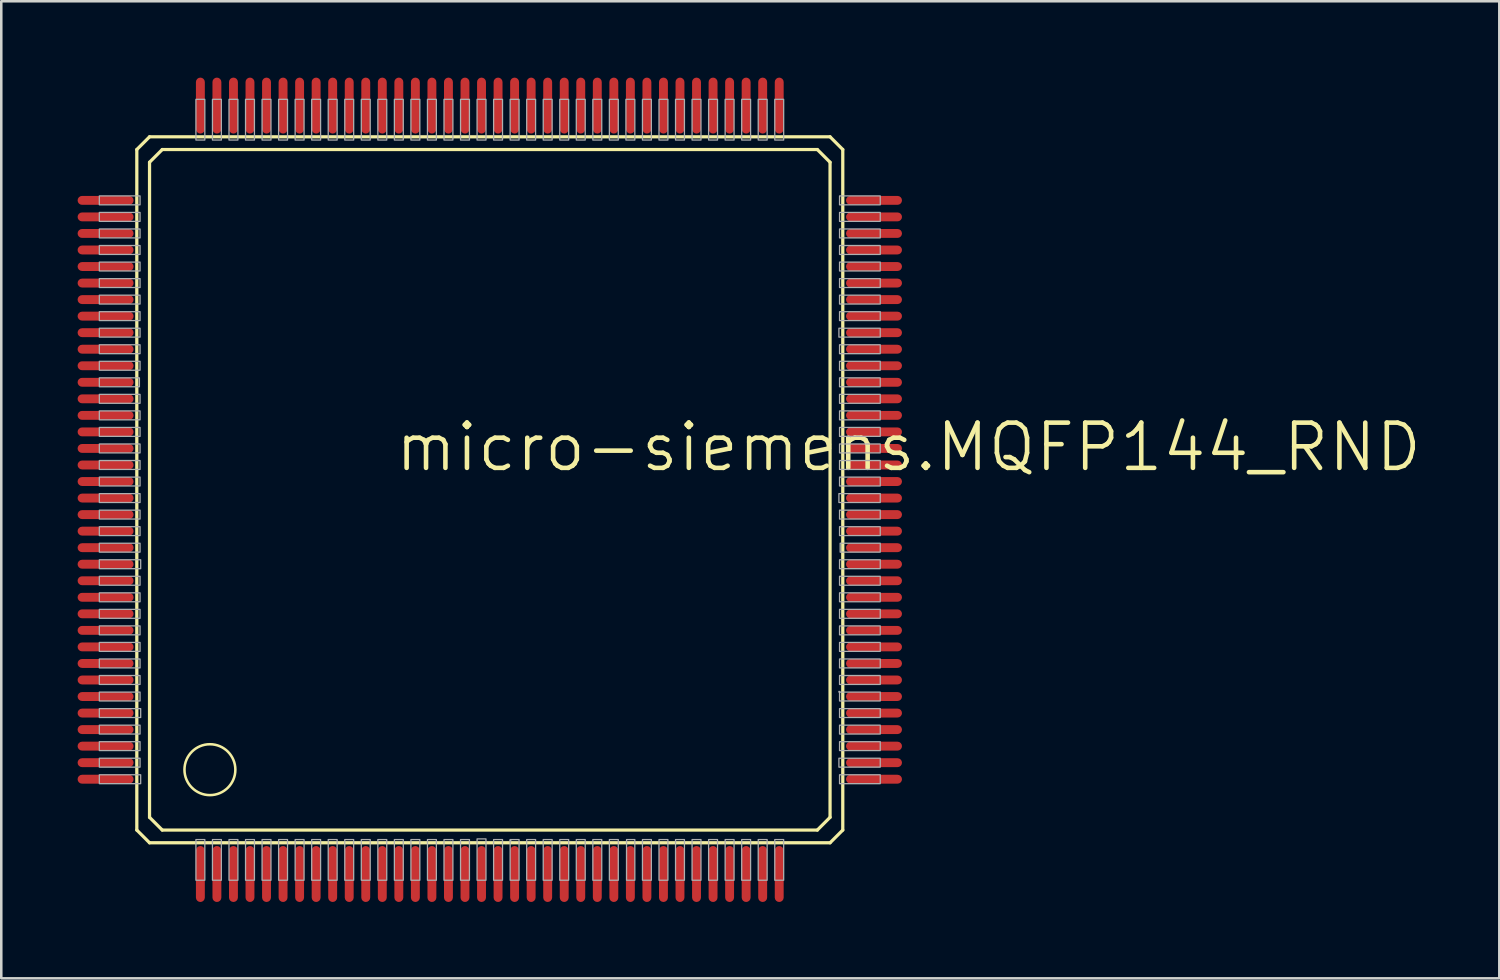
<source format=kicad_pcb>
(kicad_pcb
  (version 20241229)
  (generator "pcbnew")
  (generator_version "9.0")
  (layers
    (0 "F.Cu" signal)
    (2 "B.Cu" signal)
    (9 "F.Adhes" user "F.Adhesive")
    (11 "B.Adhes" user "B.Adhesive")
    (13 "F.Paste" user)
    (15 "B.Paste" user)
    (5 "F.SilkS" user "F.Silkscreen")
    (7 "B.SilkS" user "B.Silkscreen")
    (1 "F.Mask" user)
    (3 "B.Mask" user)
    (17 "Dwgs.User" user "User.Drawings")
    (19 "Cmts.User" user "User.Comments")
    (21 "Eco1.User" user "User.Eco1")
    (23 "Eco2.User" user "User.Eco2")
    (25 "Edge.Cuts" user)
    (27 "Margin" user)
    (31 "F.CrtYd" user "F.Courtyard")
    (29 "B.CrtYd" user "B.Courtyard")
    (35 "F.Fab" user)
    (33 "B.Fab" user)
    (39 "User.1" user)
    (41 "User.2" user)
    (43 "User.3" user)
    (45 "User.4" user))
  (footprint "micro-siemens.MQFP144_RND"
    (layer "F.Cu")
    (at 16.2 16.2)
    (property "Reference" "micro-siemens.MQFP144_RND" (at -3.81 -0.635 0) (layer "F.SilkS") (effects (font (size 1.778 1.778) (thickness 0.18)) (justify left bottom)))
    (attr smd)
    (fp_line (start -13.873 -13.373) (end -13.873 13.373) (stroke (width 0.127) (type default)) (layer "F.SilkS"))
    (fp_line (start -13.873 13.373) (end -13.373 13.873) (stroke (width 0.127) (type default)) (layer "F.SilkS"))
    (fp_line (start -13.373 -13.873) (end -13.873 -13.373) (stroke (width 0.127) (type default)) (layer "F.SilkS"))
    (fp_line (start -13.373 -12.873) (end -12.873 -13.373) (stroke (width 0.127) (type default)) (layer "F.SilkS"))
    (fp_line (start -13.373 12.873) (end -13.373 -12.873) (stroke (width 0.127) (type default)) (layer "F.SilkS"))
    (fp_line (start -13.373 13.873) (end 13.373 13.873) (stroke (width 0.127) (type default)) (layer "F.SilkS"))
    (fp_line (start -12.873 -13.373) (end 12.873 -13.373) (stroke (width 0.127) (type default)) (layer "F.SilkS"))
    (fp_line (start -12.873 13.373) (end -13.373 12.873) (stroke (width 0.127) (type default)) (layer "F.SilkS"))
    (fp_line (start 12.873 -13.373) (end 13.373 -12.873) (stroke (width 0.127) (type default)) (layer "F.SilkS"))
    (fp_line (start 12.873 13.373) (end -12.873 13.373) (stroke (width 0.127) (type default)) (layer "F.SilkS"))
    (fp_line (start 13.373 -13.873) (end -13.373 -13.873) (stroke (width 0.127) (type default)) (layer "F.SilkS"))
    (fp_line (start 13.373 -12.873) (end 13.373 12.873) (stroke (width 0.127) (type default)) (layer "F.SilkS"))
    (fp_line (start 13.373 12.873) (end 12.873 13.373) (stroke (width 0.127) (type default)) (layer "F.SilkS"))
    (fp_line (start 13.373 13.873) (end 13.873 13.373) (stroke (width 0.127) (type default)) (layer "F.SilkS"))
    (fp_line (start 13.873 -13.373) (end 13.373 -13.873) (stroke (width 0.127) (type default)) (layer "F.SilkS"))
    (fp_line (start 13.873 13.373) (end 13.873 -13.373) (stroke (width 0.127) (type default)) (layer "F.SilkS"))
    (fp_circle (center -11 11) (end -10 11) (stroke (width 0.1) (type default)) (fill no) (layer "F.SilkS"))
    (fp_rect (start -15.346 -11.2) (end -13.746 -11.55) (stroke (width 0.05) (type default)) (fill no) (layer "F.Fab"))
    (fp_rect (start -15.346 -10.55) (end -13.746 -10.9) (stroke (width 0.05) (type default)) (fill no) (layer "F.Fab"))
    (fp_rect (start -15.346 -9.9) (end -13.746 -10.25) (stroke (width 0.05) (type default)) (fill no) (layer "F.Fab"))
    (fp_rect (start -15.346 -9.25) (end -13.746 -9.6) (stroke (width 0.05) (type default)) (fill no) (layer "F.Fab"))
    (fp_rect (start -15.346 -8.6) (end -13.746 -8.95) (stroke (width 0.05) (type default)) (fill no) (layer "F.Fab"))
    (fp_rect (start -15.346 -7.95) (end -13.746 -8.3) (stroke (width 0.05) (type default)) (fill no) (layer "F.Fab"))
    (fp_rect (start -15.346 -7.3) (end -13.746 -7.65) (stroke (width 0.05) (type default)) (fill no) (layer "F.Fab"))
    (fp_rect (start -15.346 -6.65) (end -13.746 -7) (stroke (width 0.05) (type default)) (fill no) (layer "F.Fab"))
    (fp_rect (start -15.346 -6) (end -13.746 -6.35) (stroke (width 0.05) (type default)) (fill no) (layer "F.Fab"))
    (fp_rect (start -15.346 -5.35) (end -13.746 -5.7) (stroke (width 0.05) (type default)) (fill no) (layer "F.Fab"))
    (fp_rect (start -15.346 -4.7) (end -13.746 -5.05) (stroke (width 0.05) (type default)) (fill no) (layer "F.Fab"))
    (fp_rect (start -15.346 -4.05) (end -13.771 -4.4) (stroke (width 0.05) (type default)) (fill no) (layer "F.Fab"))
    (fp_rect (start -15.346 -3.4) (end -13.746 -3.75) (stroke (width 0.05) (type default)) (fill no) (layer "F.Fab"))
    (fp_rect (start -15.346 -2.75) (end -13.746 -3.1) (stroke (width 0.05) (type default)) (fill no) (layer "F.Fab"))
    (fp_rect (start -15.346 -2.1) (end -13.746 -2.45) (stroke (width 0.05) (type default)) (fill no) (layer "F.Fab"))
    (fp_rect (start -15.346 -1.45) (end -13.746 -1.8) (stroke (width 0.05) (type default)) (fill no) (layer "F.Fab"))
    (fp_rect (start -15.346 -0.8) (end -13.746 -1.15) (stroke (width 0.05) (type default)) (fill no) (layer "F.Fab"))
    (fp_rect (start -15.346 -0.15) (end -13.746 -0.5) (stroke (width 0.05) (type default)) (fill no) (layer "F.Fab"))
    (fp_rect (start -15.346 0.5) (end -13.746 0.15) (stroke (width 0.05) (type default)) (fill no) (layer "F.Fab"))
    (fp_rect (start -15.346 1.15) (end -13.746 0.8) (stroke (width 0.05) (type default)) (fill no) (layer "F.Fab"))
    (fp_rect (start -15.346 1.8) (end -13.746 1.45) (stroke (width 0.05) (type default)) (fill no) (layer "F.Fab"))
    (fp_rect (start -15.346 2.45) (end -13.746 2.1) (stroke (width 0.05) (type default)) (fill no) (layer "F.Fab"))
    (fp_rect (start -15.346 3.1) (end -13.721 2.75) (stroke (width 0.05) (type default)) (fill no) (layer "F.Fab"))
    (fp_rect (start -15.346 3.75) (end -13.746 3.4) (stroke (width 0.05) (type default)) (fill no) (layer "F.Fab"))
    (fp_rect (start -15.346 4.4) (end -13.746 4.05) (stroke (width 0.05) (type default)) (fill no) (layer "F.Fab"))
    (fp_rect (start -15.346 5.05) (end -13.746 4.7) (stroke (width 0.05) (type default)) (fill no) (layer "F.Fab"))
    (fp_rect (start -15.346 5.7) (end -13.746 5.35) (stroke (width 0.05) (type default)) (fill no) (layer "F.Fab"))
    (fp_rect (start -15.346 6.35) (end -13.746 6) (stroke (width 0.05) (type default)) (fill no) (layer "F.Fab"))
    (fp_rect (start -15.346 7) (end -13.746 6.65) (stroke (width 0.05) (type default)) (fill no) (layer "F.Fab"))
    (fp_rect (start -15.346 7.65) (end -13.746 7.3) (stroke (width 0.05) (type default)) (fill no) (layer "F.Fab"))
    (fp_rect (start -15.346 8.3) (end -13.746 7.95) (stroke (width 0.05) (type default)) (fill no) (layer "F.Fab"))
    (fp_rect (start -15.346 8.95) (end -13.721 8.6) (stroke (width 0.05) (type default)) (fill no) (layer "F.Fab"))
    (fp_rect (start -15.346 9.6) (end -13.746 9.25) (stroke (width 0.05) (type default)) (fill no) (layer "F.Fab"))
    (fp_rect (start -15.346 10.25) (end -13.746 9.9) (stroke (width 0.05) (type default)) (fill no) (layer "F.Fab"))
    (fp_rect (start -15.346 10.9) (end -13.746 10.55) (stroke (width 0.05) (type default)) (fill no) (layer "F.Fab"))
    (fp_rect (start -15.346 11.55) (end -13.721 11.2) (stroke (width 0.05) (type default)) (fill no) (layer "F.Fab"))
    (fp_rect (start -11.55 -13.746) (end -11.2 -15.346) (stroke (width 0.05) (type default)) (fill no) (layer "F.Fab"))
    (fp_rect (start -11.55 15.346) (end -11.2 13.746) (stroke (width 0.05) (type default)) (fill no) (layer "F.Fab"))
    (fp_rect (start -10.9 -13.746) (end -10.55 -15.346) (stroke (width 0.05) (type default)) (fill no) (layer "F.Fab"))
    (fp_rect (start -10.9 15.346) (end -10.55 13.746) (stroke (width 0.05) (type default)) (fill no) (layer "F.Fab"))
    (fp_rect (start -10.25 -13.746) (end -9.9 -15.346) (stroke (width 0.05) (type default)) (fill no) (layer "F.Fab"))
    (fp_rect (start -10.25 15.346) (end -9.9 13.746) (stroke (width 0.05) (type default)) (fill no) (layer "F.Fab"))
    (fp_rect (start -9.6 -13.746) (end -9.25 -15.346) (stroke (width 0.05) (type default)) (fill no) (layer "F.Fab"))
    (fp_rect (start -9.6 15.346) (end -9.25 13.746) (stroke (width 0.05) (type default)) (fill no) (layer "F.Fab"))
    (fp_rect (start -8.95 -13.746) (end -8.6 -15.346) (stroke (width 0.05) (type default)) (fill no) (layer "F.Fab"))
    (fp_rect (start -8.95 15.346) (end -8.6 13.746) (stroke (width 0.05) (type default)) (fill no) (layer "F.Fab"))
    (fp_rect (start -8.3 -13.746) (end -7.95 -15.346) (stroke (width 0.05) (type default)) (fill no) (layer "F.Fab"))
    (fp_rect (start -8.3 15.346) (end -7.95 13.746) (stroke (width 0.05) (type default)) (fill no) (layer "F.Fab"))
    (fp_rect (start -7.65 -13.746) (end -7.3 -15.346) (stroke (width 0.05) (type default)) (fill no) (layer "F.Fab"))
    (fp_rect (start -7.65 15.346) (end -7.3 13.746) (stroke (width 0.05) (type default)) (fill no) (layer "F.Fab"))
    (fp_rect (start -7 -13.746) (end -6.65 -15.346) (stroke (width 0.05) (type default)) (fill no) (layer "F.Fab"))
    (fp_rect (start -7 15.346) (end -6.65 13.746) (stroke (width 0.05) (type default)) (fill no) (layer "F.Fab"))
    (fp_rect (start -6.35 -13.746) (end -6 -15.346) (stroke (width 0.05) (type default)) (fill no) (layer "F.Fab"))
    (fp_rect (start -6.35 15.346) (end -6 13.746) (stroke (width 0.05) (type default)) (fill no) (layer "F.Fab"))
    (fp_rect (start -5.7 -13.746) (end -5.35 -15.346) (stroke (width 0.05) (type default)) (fill no) (layer "F.Fab"))
    (fp_rect (start -5.7 15.346) (end -5.35 13.746) (stroke (width 0.05) (type default)) (fill no) (layer "F.Fab"))
    (fp_rect (start -5.05 -13.746) (end -4.7 -15.346) (stroke (width 0.05) (type default)) (fill no) (layer "F.Fab"))
    (fp_rect (start -5.05 15.346) (end -4.7 13.746) (stroke (width 0.05) (type default)) (fill no) (layer "F.Fab"))
    (fp_rect (start -4.4 -13.746) (end -4.05 -15.346) (stroke (width 0.05) (type default)) (fill no) (layer "F.Fab"))
    (fp_rect (start -4.4 15.346) (end -4.05 13.746) (stroke (width 0.05) (type default)) (fill no) (layer "F.Fab"))
    (fp_rect (start -3.75 -13.746) (end -3.4 -15.346) (stroke (width 0.05) (type default)) (fill no) (layer "F.Fab"))
    (fp_rect (start -3.75 15.346) (end -3.4 13.746) (stroke (width 0.05) (type default)) (fill no) (layer "F.Fab"))
    (fp_rect (start -3.1 -13.746) (end -2.75 -15.346) (stroke (width 0.05) (type default)) (fill no) (layer "F.Fab"))
    (fp_rect (start -3.1 15.346) (end -2.75 13.746) (stroke (width 0.05) (type default)) (fill no) (layer "F.Fab"))
    (fp_rect (start -2.45 -13.746) (end -2.1 -15.346) (stroke (width 0.05) (type default)) (fill no) (layer "F.Fab"))
    (fp_rect (start -2.45 15.346) (end -2.1 13.746) (stroke (width 0.05) (type default)) (fill no) (layer "F.Fab"))
    (fp_rect (start -1.8 -13.746) (end -1.45 -15.346) (stroke (width 0.05) (type default)) (fill no) (layer "F.Fab"))
    (fp_rect (start -1.8 15.346) (end -1.45 13.746) (stroke (width 0.05) (type default)) (fill no) (layer "F.Fab"))
    (fp_rect (start -1.15 -13.746) (end -0.8 -15.346) (stroke (width 0.05) (type default)) (fill no) (layer "F.Fab"))
    (fp_rect (start -1.15 15.346) (end -0.8 13.746) (stroke (width 0.05) (type default)) (fill no) (layer "F.Fab"))
    (fp_rect (start -0.5 -13.746) (end -0.15 -15.346) (stroke (width 0.05) (type default)) (fill no) (layer "F.Fab"))
    (fp_rect (start -0.5 15.346) (end -0.15 13.721) (stroke (width 0.05) (type default)) (fill no) (layer "F.Fab"))
    (fp_rect (start 0.15 -13.746) (end 0.5 -15.346) (stroke (width 0.05) (type default)) (fill no) (layer "F.Fab"))
    (fp_rect (start 0.15 15.346) (end 0.5 13.746) (stroke (width 0.05) (type default)) (fill no) (layer "F.Fab"))
    (fp_rect (start 0.8 -13.746) (end 1.15 -15.346) (stroke (width 0.05) (type default)) (fill no) (layer "F.Fab"))
    (fp_rect (start 0.8 13.796) (end 0.825 13.771) (stroke (width 0.05) (type default)) (fill no) (layer "F.Fab"))
    (fp_rect (start 0.8 15.346) (end 1.15 13.746) (stroke (width 0.05) (type default)) (fill no) (layer "F.Fab"))
    (fp_rect (start 1.45 -13.746) (end 1.8 -15.346) (stroke (width 0.05) (type default)) (fill no) (layer "F.Fab"))
    (fp_rect (start 1.45 15.346) (end 1.8 13.746) (stroke (width 0.05) (type default)) (fill no) (layer "F.Fab"))
    (fp_rect (start 2.1 -13.746) (end 2.45 -15.346) (stroke (width 0.05) (type default)) (fill no) (layer "F.Fab"))
    (fp_rect (start 2.1 15.346) (end 2.45 13.746) (stroke (width 0.05) (type default)) (fill no) (layer "F.Fab"))
    (fp_rect (start 2.75 -13.746) (end 3.1 -15.346) (stroke (width 0.05) (type default)) (fill no) (layer "F.Fab"))
    (fp_rect (start 2.75 15.346) (end 3.1 13.746) (stroke (width 0.05) (type default)) (fill no) (layer "F.Fab"))
    (fp_rect (start 3.4 -13.746) (end 3.75 -15.346) (stroke (width 0.05) (type default)) (fill no) (layer "F.Fab"))
    (fp_rect (start 3.4 15.346) (end 3.75 13.746) (stroke (width 0.05) (type default)) (fill no) (layer "F.Fab"))
    (fp_rect (start 4.05 -13.746) (end 4.4 -15.346) (stroke (width 0.05) (type default)) (fill no) (layer "F.Fab"))
    (fp_rect (start 4.05 15.346) (end 4.4 13.746) (stroke (width 0.05) (type default)) (fill no) (layer "F.Fab"))
    (fp_rect (start 4.7 -13.746) (end 5.05 -15.346) (stroke (width 0.05) (type default)) (fill no) (layer "F.Fab"))
    (fp_rect (start 4.7 15.346) (end 5.05 13.746) (stroke (width 0.05) (type default)) (fill no) (layer "F.Fab"))
    (fp_rect (start 5.35 -13.746) (end 5.7 -15.346) (stroke (width 0.05) (type default)) (fill no) (layer "F.Fab"))
    (fp_rect (start 5.375 15.346) (end 5.7 13.746) (stroke (width 0.05) (type default)) (fill no) (layer "F.Fab"))
    (fp_rect (start 6 -13.746) (end 6.35 -15.346) (stroke (width 0.05) (type default)) (fill no) (layer "F.Fab"))
    (fp_rect (start 6 15.346) (end 6.35 13.746) (stroke (width 0.05) (type default)) (fill no) (layer "F.Fab"))
    (fp_rect (start 6.65 -13.746) (end 7 -15.346) (stroke (width 0.05) (type default)) (fill no) (layer "F.Fab"))
    (fp_rect (start 6.65 15.346) (end 7 13.746) (stroke (width 0.05) (type default)) (fill no) (layer "F.Fab"))
    (fp_rect (start 7.3 -13.746) (end 7.65 -15.346) (stroke (width 0.05) (type default)) (fill no) (layer "F.Fab"))
    (fp_rect (start 7.3 15.346) (end 7.65 13.746) (stroke (width 0.05) (type default)) (fill no) (layer "F.Fab"))
    (fp_rect (start 7.95 -13.746) (end 8.3 -15.346) (stroke (width 0.05) (type default)) (fill no) (layer "F.Fab"))
    (fp_rect (start 7.95 15.346) (end 8.3 13.746) (stroke (width 0.05) (type default)) (fill no) (layer "F.Fab"))
    (fp_rect (start 8.6 -13.746) (end 8.95 -15.346) (stroke (width 0.05) (type default)) (fill no) (layer "F.Fab"))
    (fp_rect (start 8.6 15.346) (end 8.95 13.746) (stroke (width 0.05) (type default)) (fill no) (layer "F.Fab"))
    (fp_rect (start 9.25 -13.746) (end 9.6 -15.346) (stroke (width 0.05) (type default)) (fill no) (layer "F.Fab"))
    (fp_rect (start 9.25 15.346) (end 9.6 13.746) (stroke (width 0.05) (type default)) (fill no) (layer "F.Fab"))
    (fp_rect (start 9.9 -13.746) (end 10.25 -15.346) (stroke (width 0.05) (type default)) (fill no) (layer "F.Fab"))
    (fp_rect (start 9.9 15.346) (end 10.25 13.746) (stroke (width 0.05) (type default)) (fill no) (layer "F.Fab"))
    (fp_rect (start 10.55 -13.746) (end 10.9 -15.346) (stroke (width 0.05) (type default)) (fill no) (layer "F.Fab"))
    (fp_rect (start 10.55 15.346) (end 10.9 13.746) (stroke (width 0.05) (type default)) (fill no) (layer "F.Fab"))
    (fp_rect (start 11.2 -13.746) (end 11.55 -15.346) (stroke (width 0.05) (type default)) (fill no) (layer "F.Fab"))
    (fp_rect (start 11.2 15.346) (end 11.55 13.746) (stroke (width 0.05) (type default)) (fill no) (layer "F.Fab"))
    (fp_rect (start 13.721 -6) (end 15.346 -6.35) (stroke (width 0.05) (type default)) (fill no) (layer "F.Fab"))
    (fp_rect (start 13.721 0.5) (end 15.346 0.15) (stroke (width 0.05) (type default)) (fill no) (layer "F.Fab"))
    (fp_rect (start 13.721 7.95) (end 13.746 7.925) (stroke (width 0.05) (type default)) (fill no) (layer "F.Fab"))
    (fp_rect (start 13.721 10.9) (end 15.346 10.55) (stroke (width 0.05) (type default)) (fill no) (layer "F.Fab"))
    (fp_rect (start 13.746 -11.2) (end 15.346 -11.55) (stroke (width 0.05) (type default)) (fill no) (layer "F.Fab"))
    (fp_rect (start 13.746 -10.55) (end 15.346 -10.9) (stroke (width 0.05) (type default)) (fill no) (layer "F.Fab"))
    (fp_rect (start 13.746 -9.9) (end 15.346 -10.25) (stroke (width 0.05) (type default)) (fill no) (layer "F.Fab"))
    (fp_rect (start 13.746 -9.25) (end 15.346 -9.6) (stroke (width 0.05) (type default)) (fill no) (layer "F.Fab"))
    (fp_rect (start 13.746 -8.6) (end 15.346 -8.95) (stroke (width 0.05) (type default)) (fill no) (layer "F.Fab"))
    (fp_rect (start 13.746 -7.95) (end 15.346 -8.3) (stroke (width 0.05) (type default)) (fill no) (layer "F.Fab"))
    (fp_rect (start 13.746 -7.3) (end 15.346 -7.65) (stroke (width 0.05) (type default)) (fill no) (layer "F.Fab"))
    (fp_rect (start 13.746 -6.65) (end 15.346 -7) (stroke (width 0.05) (type default)) (fill no) (layer "F.Fab"))
    (fp_rect (start 13.746 -5.35) (end 15.346 -5.7) (stroke (width 0.05) (type default)) (fill no) (layer "F.Fab"))
    (fp_rect (start 13.746 -4.7) (end 15.346 -5.05) (stroke (width 0.05) (type default)) (fill no) (layer "F.Fab"))
    (fp_rect (start 13.746 -4.05) (end 15.346 -4.4) (stroke (width 0.05) (type default)) (fill no) (layer "F.Fab"))
    (fp_rect (start 13.746 -3.4) (end 15.346 -3.75) (stroke (width 0.05) (type default)) (fill no) (layer "F.Fab"))
    (fp_rect (start 13.746 -2.75) (end 15.346 -3.1) (stroke (width 0.05) (type default)) (fill no) (layer "F.Fab"))
    (fp_rect (start 13.746 -2.1) (end 15.346 -2.45) (stroke (width 0.05) (type default)) (fill no) (layer "F.Fab"))
    (fp_rect (start 13.746 -1.45) (end 15.346 -1.8) (stroke (width 0.05) (type default)) (fill no) (layer "F.Fab"))
    (fp_rect (start 13.746 -0.8) (end 15.346 -1.15) (stroke (width 0.05) (type default)) (fill no) (layer "F.Fab"))
    (fp_rect (start 13.746 -0.15) (end 15.346 -0.5) (stroke (width 0.05) (type default)) (fill no) (layer "F.Fab"))
    (fp_rect (start 13.746 1.15) (end 15.346 0.8) (stroke (width 0.05) (type default)) (fill no) (layer "F.Fab"))
    (fp_rect (start 13.746 1.8) (end 15.346 1.45) (stroke (width 0.05) (type default)) (fill no) (layer "F.Fab"))
    (fp_rect (start 13.746 3.1) (end 15.346 2.75) (stroke (width 0.05) (type default)) (fill no) (layer "F.Fab"))
    (fp_rect (start 13.746 3.75) (end 15.346 3.4) (stroke (width 0.05) (type default)) (fill no) (layer "F.Fab"))
    (fp_rect (start 13.746 4.4) (end 15.346 4.05) (stroke (width 0.05) (type default)) (fill no) (layer "F.Fab"))
    (fp_rect (start 13.746 5.05) (end 15.346 4.7) (stroke (width 0.05) (type default)) (fill no) (layer "F.Fab"))
    (fp_rect (start 13.746 5.7) (end 15.346 5.35) (stroke (width 0.05) (type default)) (fill no) (layer "F.Fab"))
    (fp_rect (start 13.746 6.35) (end 15.346 6) (stroke (width 0.05) (type default)) (fill no) (layer "F.Fab"))
    (fp_rect (start 13.746 7) (end 15.346 6.65) (stroke (width 0.05) (type default)) (fill no) (layer "F.Fab"))
    (fp_rect (start 13.746 7.65) (end 15.346 7.3) (stroke (width 0.05) (type default)) (fill no) (layer "F.Fab"))
    (fp_rect (start 13.746 8.3) (end 15.346 7.95) (stroke (width 0.05) (type default)) (fill no) (layer "F.Fab"))
    (fp_rect (start 13.746 8.95) (end 15.346 8.6) (stroke (width 0.05) (type default)) (fill no) (layer "F.Fab"))
    (fp_rect (start 13.746 9.6) (end 15.346 9.25) (stroke (width 0.05) (type default)) (fill no) (layer "F.Fab"))
    (fp_rect (start 13.746 10.25) (end 15.346 9.9) (stroke (width 0.05) (type default)) (fill no) (layer "F.Fab"))
    (fp_rect (start 13.746 11.55) (end 15.346 11.2) (stroke (width 0.05) (type default)) (fill no) (layer "F.Fab"))
    (fp_rect (start 13.771 2.45) (end 15.346 2.1) (stroke (width 0.05) (type default)) (fill no) (layer "F.Fab"))
    (pad "1" smd roundrect (at -11.375 15.1) (size 0.35 2.2) (layers "F.Cu" "F.Mask" "F.Paste") (roundrect_rratio 0.5))
    (pad "2" smd roundrect (at -10.725 15.1) (size 0.35 2.2) (layers "F.Cu" "F.Mask" "F.Paste") (roundrect_rratio 0.5))
    (pad "3" smd roundrect (at -10.075 15.1) (size 0.35 2.2) (layers "F.Cu" "F.Mask" "F.Paste") (roundrect_rratio 0.5))
    (pad "4" smd roundrect (at -9.425 15.1) (size 0.35 2.2) (layers "F.Cu" "F.Mask" "F.Paste") (roundrect_rratio 0.5))
    (pad "5" smd roundrect (at -8.775 15.1) (size 0.35 2.2) (layers "F.Cu" "F.Mask" "F.Paste") (roundrect_rratio 0.5))
    (pad "6" smd roundrect (at -8.125 15.1) (size 0.35 2.2) (layers "F.Cu" "F.Mask" "F.Paste") (roundrect_rratio 0.5))
    (pad "7" smd roundrect (at -7.475 15.1) (size 0.35 2.2) (layers "F.Cu" "F.Mask" "F.Paste") (roundrect_rratio 0.5))
    (pad "8" smd roundrect (at -6.825 15.1) (size 0.35 2.2) (layers "F.Cu" "F.Mask" "F.Paste") (roundrect_rratio 0.5))
    (pad "9" smd roundrect (at -6.175 15.1) (size 0.35 2.2) (layers "F.Cu" "F.Mask" "F.Paste") (roundrect_rratio 0.5))
    (pad "10" smd roundrect (at -5.525 15.1) (size 0.35 2.2) (layers "F.Cu" "F.Mask" "F.Paste") (roundrect_rratio 0.5))
    (pad "11" smd roundrect (at -4.875 15.1) (size 0.35 2.2) (layers "F.Cu" "F.Mask" "F.Paste") (roundrect_rratio 0.5))
    (pad "12" smd roundrect (at -4.225 15.1) (size 0.35 2.2) (layers "F.Cu" "F.Mask" "F.Paste") (roundrect_rratio 0.5))
    (pad "13" smd roundrect (at -3.575 15.1) (size 0.35 2.2) (layers "F.Cu" "F.Mask" "F.Paste") (roundrect_rratio 0.5))
    (pad "14" smd roundrect (at -2.925 15.1) (size 0.35 2.2) (layers "F.Cu" "F.Mask" "F.Paste") (roundrect_rratio 0.5))
    (pad "15" smd roundrect (at -2.275 15.1) (size 0.35 2.2) (layers "F.Cu" "F.Mask" "F.Paste") (roundrect_rratio 0.5))
    (pad "16" smd roundrect (at -1.625 15.1) (size 0.35 2.2) (layers "F.Cu" "F.Mask" "F.Paste") (roundrect_rratio 0.5))
    (pad "17" smd roundrect (at -0.975 15.1) (size 0.35 2.2) (layers "F.Cu" "F.Mask" "F.Paste") (roundrect_rratio 0.5))
    (pad "18" smd roundrect (at -0.325 15.1) (size 0.35 2.2) (layers "F.Cu" "F.Mask" "F.Paste") (roundrect_rratio 0.5))
    (pad "19" smd roundrect (at 0.325 15.1) (size 0.35 2.2) (layers "F.Cu" "F.Mask" "F.Paste") (roundrect_rratio 0.5))
    (pad "20" smd roundrect (at 0.975 15.1) (size 0.35 2.2) (layers "F.Cu" "F.Mask" "F.Paste") (roundrect_rratio 0.5))
    (pad "21" smd roundrect (at 1.625 15.1) (size 0.35 2.2) (layers "F.Cu" "F.Mask" "F.Paste") (roundrect_rratio 0.5))
    (pad "22" smd roundrect (at 2.275 15.1) (size 0.35 2.2) (layers "F.Cu" "F.Mask" "F.Paste") (roundrect_rratio 0.5))
    (pad "23" smd roundrect (at 2.925 15.1) (size 0.35 2.2) (layers "F.Cu" "F.Mask" "F.Paste") (roundrect_rratio 0.5))
    (pad "24" smd roundrect (at 3.575 15.1) (size 0.35 2.2) (layers "F.Cu" "F.Mask" "F.Paste") (roundrect_rratio 0.5))
    (pad "25" smd roundrect (at 4.225 15.1) (size 0.35 2.2) (layers "F.Cu" "F.Mask" "F.Paste") (roundrect_rratio 0.5))
    (pad "26" smd roundrect (at 4.875 15.1) (size 0.35 2.2) (layers "F.Cu" "F.Mask" "F.Paste") (roundrect_rratio 0.5))
    (pad "27" smd roundrect (at 5.525 15.1) (size 0.35 2.2) (layers "F.Cu" "F.Mask" "F.Paste") (roundrect_rratio 0.5))
    (pad "28" smd roundrect (at 6.175 15.1) (size 0.35 2.2) (layers "F.Cu" "F.Mask" "F.Paste") (roundrect_rratio 0.5))
    (pad "29" smd roundrect (at 6.825 15.1) (size 0.35 2.2) (layers "F.Cu" "F.Mask" "F.Paste") (roundrect_rratio 0.5))
    (pad "30" smd roundrect (at 7.475 15.1) (size 0.35 2.2) (layers "F.Cu" "F.Mask" "F.Paste") (roundrect_rratio 0.5))
    (pad "31" smd roundrect (at 8.125 15.1) (size 0.35 2.2) (layers "F.Cu" "F.Mask" "F.Paste") (roundrect_rratio 0.5))
    (pad "32" smd roundrect (at 8.775 15.1) (size 0.35 2.2) (layers "F.Cu" "F.Mask" "F.Paste") (roundrect_rratio 0.5))
    (pad "33" smd roundrect (at 9.425 15.1) (size 0.35 2.2) (layers "F.Cu" "F.Mask" "F.Paste") (roundrect_rratio 0.5))
    (pad "34" smd roundrect (at 10.075 15.1) (size 0.35 2.2) (layers "F.Cu" "F.Mask" "F.Paste") (roundrect_rratio 0.5))
    (pad "35" smd roundrect (at 10.725 15.1) (size 0.35 2.2) (layers "F.Cu" "F.Mask" "F.Paste") (roundrect_rratio 0.5))
    (pad "36" smd roundrect (at 11.375 15.1) (size 0.35 2.2) (layers "F.Cu" "F.Mask" "F.Paste") (roundrect_rratio 0.5))
    (pad "37" smd roundrect (at 15.1 11.375) (size 2.2 0.35) (layers "F.Cu" "F.Mask" "F.Paste") (roundrect_rratio 0.5))
    (pad "38" smd roundrect (at 15.1 10.725) (size 2.2 0.35) (layers "F.Cu" "F.Mask" "F.Paste") (roundrect_rratio 0.5))
    (pad "39" smd roundrect (at 15.1 10.075) (size 2.2 0.35) (layers "F.Cu" "F.Mask" "F.Paste") (roundrect_rratio 0.5))
    (pad "40" smd roundrect (at 15.1 9.425) (size 2.2 0.35) (layers "F.Cu" "F.Mask" "F.Paste") (roundrect_rratio 0.5))
    (pad "41" smd roundrect (at 15.1 8.775) (size 2.2 0.35) (layers "F.Cu" "F.Mask" "F.Paste") (roundrect_rratio 0.5))
    (pad "42" smd roundrect (at 15.1 8.125) (size 2.2 0.35) (layers "F.Cu" "F.Mask" "F.Paste") (roundrect_rratio 0.5))
    (pad "43" smd roundrect (at 15.1 7.475) (size 2.2 0.35) (layers "F.Cu" "F.Mask" "F.Paste") (roundrect_rratio 0.5))
    (pad "44" smd roundrect (at 15.1 6.825) (size 2.2 0.35) (layers "F.Cu" "F.Mask" "F.Paste") (roundrect_rratio 0.5))
    (pad "45" smd roundrect (at 15.1 6.175) (size 2.2 0.35) (layers "F.Cu" "F.Mask" "F.Paste") (roundrect_rratio 0.5))
    (pad "46" smd roundrect (at 15.1 5.525) (size 2.2 0.35) (layers "F.Cu" "F.Mask" "F.Paste") (roundrect_rratio 0.5))
    (pad "47" smd roundrect (at 15.1 4.875) (size 2.2 0.35) (layers "F.Cu" "F.Mask" "F.Paste") (roundrect_rratio 0.5))
    (pad "48" smd roundrect (at 15.1 4.225) (size 2.2 0.35) (layers "F.Cu" "F.Mask" "F.Paste") (roundrect_rratio 0.5))
    (pad "49" smd roundrect (at 15.1 3.575) (size 2.2 0.35) (layers "F.Cu" "F.Mask" "F.Paste") (roundrect_rratio 0.5))
    (pad "50" smd roundrect (at 15.1 2.925) (size 2.2 0.35) (layers "F.Cu" "F.Mask" "F.Paste") (roundrect_rratio 0.5))
    (pad "51" smd roundrect (at 15.1 2.275) (size 2.2 0.35) (layers "F.Cu" "F.Mask" "F.Paste") (roundrect_rratio 0.5))
    (pad "52" smd roundrect (at 15.1 1.625) (size 2.2 0.35) (layers "F.Cu" "F.Mask" "F.Paste") (roundrect_rratio 0.5))
    (pad "53" smd roundrect (at 15.1 0.975) (size 2.2 0.35) (layers "F.Cu" "F.Mask" "F.Paste") (roundrect_rratio 0.5))
    (pad "54" smd roundrect (at 15.1 0.325) (size 2.2 0.35) (layers "F.Cu" "F.Mask" "F.Paste") (roundrect_rratio 0.5))
    (pad "55" smd roundrect (at 15.1 -0.325) (size 2.2 0.35) (layers "F.Cu" "F.Mask" "F.Paste") (roundrect_rratio 0.5))
    (pad "56" smd roundrect (at 15.1 -0.975) (size 2.2 0.35) (layers "F.Cu" "F.Mask" "F.Paste") (roundrect_rratio 0.5))
    (pad "57" smd roundrect (at 15.1 -1.625) (size 2.2 0.35) (layers "F.Cu" "F.Mask" "F.Paste") (roundrect_rratio 0.5))
    (pad "58" smd roundrect (at 15.1 -2.275) (size 2.2 0.35) (layers "F.Cu" "F.Mask" "F.Paste") (roundrect_rratio 0.5))
    (pad "59" smd roundrect (at 15.1 -2.925) (size 2.2 0.35) (layers "F.Cu" "F.Mask" "F.Paste") (roundrect_rratio 0.5))
    (pad "60" smd roundrect (at 15.1 -3.575) (size 2.2 0.35) (layers "F.Cu" "F.Mask" "F.Paste") (roundrect_rratio 0.5))
    (pad "61" smd roundrect (at 15.1 -4.225) (size 2.2 0.35) (layers "F.Cu" "F.Mask" "F.Paste") (roundrect_rratio 0.5))
    (pad "62" smd roundrect (at 15.1 -4.875) (size 2.2 0.35) (layers "F.Cu" "F.Mask" "F.Paste") (roundrect_rratio 0.5))
    (pad "63" smd roundrect (at 15.1 -5.525) (size 2.2 0.35) (layers "F.Cu" "F.Mask" "F.Paste") (roundrect_rratio 0.5))
    (pad "64" smd roundrect (at 15.1 -6.175) (size 2.2 0.35) (layers "F.Cu" "F.Mask" "F.Paste") (roundrect_rratio 0.5))
    (pad "65" smd roundrect (at 15.1 -6.825) (size 2.2 0.35) (layers "F.Cu" "F.Mask" "F.Paste") (roundrect_rratio 0.5))
    (pad "66" smd roundrect (at 15.1 -7.475) (size 2.2 0.35) (layers "F.Cu" "F.Mask" "F.Paste") (roundrect_rratio 0.5))
    (pad "67" smd roundrect (at 15.1 -8.125) (size 2.2 0.35) (layers "F.Cu" "F.Mask" "F.Paste") (roundrect_rratio 0.5))
    (pad "68" smd roundrect (at 15.1 -8.775) (size 2.2 0.35) (layers "F.Cu" "F.Mask" "F.Paste") (roundrect_rratio 0.5))
    (pad "69" smd roundrect (at 15.1 -9.425) (size 2.2 0.35) (layers "F.Cu" "F.Mask" "F.Paste") (roundrect_rratio 0.5))
    (pad "70" smd roundrect (at 15.1 -10.075) (size 2.2 0.35) (layers "F.Cu" "F.Mask" "F.Paste") (roundrect_rratio 0.5))
    (pad "71" smd roundrect (at 15.1 -10.725) (size 2.2 0.35) (layers "F.Cu" "F.Mask" "F.Paste") (roundrect_rratio 0.5))
    (pad "72" smd roundrect (at 15.1 -11.375) (size 2.2 0.35) (layers "F.Cu" "F.Mask" "F.Paste") (roundrect_rratio 0.5))
    (pad "73" smd roundrect (at 11.375 -15.1) (size 0.35 2.2) (layers "F.Cu" "F.Mask" "F.Paste") (roundrect_rratio 0.5))
    (pad "74" smd roundrect (at 10.725 -15.1) (size 0.35 2.2) (layers "F.Cu" "F.Mask" "F.Paste") (roundrect_rratio 0.5))
    (pad "75" smd roundrect (at 10.075 -15.1) (size 0.35 2.2) (layers "F.Cu" "F.Mask" "F.Paste") (roundrect_rratio 0.5))
    (pad "76" smd roundrect (at 9.425 -15.1) (size 0.35 2.2) (layers "F.Cu" "F.Mask" "F.Paste") (roundrect_rratio 0.5))
    (pad "77" smd roundrect (at 8.775 -15.1) (size 0.35 2.2) (layers "F.Cu" "F.Mask" "F.Paste") (roundrect_rratio 0.5))
    (pad "78" smd roundrect (at 8.125 -15.1) (size 0.35 2.2) (layers "F.Cu" "F.Mask" "F.Paste") (roundrect_rratio 0.5))
    (pad "79" smd roundrect (at 7.475 -15.1) (size 0.35 2.2) (layers "F.Cu" "F.Mask" "F.Paste") (roundrect_rratio 0.5))
    (pad "80" smd roundrect (at 6.825 -15.1) (size 0.35 2.2) (layers "F.Cu" "F.Mask" "F.Paste") (roundrect_rratio 0.5))
    (pad "81" smd roundrect (at 6.175 -15.1) (size 0.35 2.2) (layers "F.Cu" "F.Mask" "F.Paste") (roundrect_rratio 0.5))
    (pad "82" smd roundrect (at 5.525 -15.1) (size 0.35 2.2) (layers "F.Cu" "F.Mask" "F.Paste") (roundrect_rratio 0.5))
    (pad "83" smd roundrect (at 4.875 -15.1) (size 0.35 2.2) (layers "F.Cu" "F.Mask" "F.Paste") (roundrect_rratio 0.5))
    (pad "84" smd roundrect (at 4.225 -15.1) (size 0.35 2.2) (layers "F.Cu" "F.Mask" "F.Paste") (roundrect_rratio 0.5))
    (pad "85" smd roundrect (at 3.575 -15.1) (size 0.35 2.2) (layers "F.Cu" "F.Mask" "F.Paste") (roundrect_rratio 0.5))
    (pad "86" smd roundrect (at 2.925 -15.1) (size 0.35 2.2) (layers "F.Cu" "F.Mask" "F.Paste") (roundrect_rratio 0.5))
    (pad "87" smd roundrect (at 2.275 -15.1) (size 0.35 2.2) (layers "F.Cu" "F.Mask" "F.Paste") (roundrect_rratio 0.5))
    (pad "88" smd roundrect (at 1.625 -15.1) (size 0.35 2.2) (layers "F.Cu" "F.Mask" "F.Paste") (roundrect_rratio 0.5))
    (pad "89" smd roundrect (at 0.975 -15.1) (size 0.35 2.2) (layers "F.Cu" "F.Mask" "F.Paste") (roundrect_rratio 0.5))
    (pad "90" smd roundrect (at 0.325 -15.1) (size 0.35 2.2) (layers "F.Cu" "F.Mask" "F.Paste") (roundrect_rratio 0.5))
    (pad "91" smd roundrect (at -0.325 -15.1) (size 0.35 2.2) (layers "F.Cu" "F.Mask" "F.Paste") (roundrect_rratio 0.5))
    (pad "92" smd roundrect (at -0.975 -15.1) (size 0.35 2.2) (layers "F.Cu" "F.Mask" "F.Paste") (roundrect_rratio 0.5))
    (pad "93" smd roundrect (at -1.625 -15.1) (size 0.35 2.2) (layers "F.Cu" "F.Mask" "F.Paste") (roundrect_rratio 0.5))
    (pad "94" smd roundrect (at -2.275 -15.1) (size 0.35 2.2) (layers "F.Cu" "F.Mask" "F.Paste") (roundrect_rratio 0.5))
    (pad "95" smd roundrect (at -2.925 -15.1) (size 0.35 2.2) (layers "F.Cu" "F.Mask" "F.Paste") (roundrect_rratio 0.5))
    (pad "96" smd roundrect (at -3.575 -15.1) (size 0.35 2.2) (layers "F.Cu" "F.Mask" "F.Paste") (roundrect_rratio 0.5))
    (pad "97" smd roundrect (at -4.225 -15.1) (size 0.35 2.2) (layers "F.Cu" "F.Mask" "F.Paste") (roundrect_rratio 0.5))
    (pad "98" smd roundrect (at -4.875 -15.1) (size 0.35 2.2) (layers "F.Cu" "F.Mask" "F.Paste") (roundrect_rratio 0.5))
    (pad "99" smd roundrect (at -5.525 -15.1) (size 0.35 2.2) (layers "F.Cu" "F.Mask" "F.Paste") (roundrect_rratio 0.5))
    (pad "100" smd roundrect (at -6.175 -15.1) (size 0.35 2.2) (layers "F.Cu" "F.Mask" "F.Paste") (roundrect_rratio 0.5))
    (pad "101" smd roundrect (at -6.825 -15.1) (size 0.35 2.2) (layers "F.Cu" "F.Mask" "F.Paste") (roundrect_rratio 0.5))
    (pad "102" smd roundrect (at -7.475 -15.1) (size 0.35 2.2) (layers "F.Cu" "F.Mask" "F.Paste") (roundrect_rratio 0.5))
    (pad "103" smd roundrect (at -8.125 -15.1) (size 0.35 2.2) (layers "F.Cu" "F.Mask" "F.Paste") (roundrect_rratio 0.5))
    (pad "104" smd roundrect (at -8.775 -15.1) (size 0.35 2.2) (layers "F.Cu" "F.Mask" "F.Paste") (roundrect_rratio 0.5))
    (pad "105" smd roundrect (at -9.425 -15.1) (size 0.35 2.2) (layers "F.Cu" "F.Mask" "F.Paste") (roundrect_rratio 0.5))
    (pad "106" smd roundrect (at -10.075 -15.1) (size 0.35 2.2) (layers "F.Cu" "F.Mask" "F.Paste") (roundrect_rratio 0.5))
    (pad "107" smd roundrect (at -10.725 -15.1) (size 0.35 2.2) (layers "F.Cu" "F.Mask" "F.Paste") (roundrect_rratio 0.5))
    (pad "108" smd roundrect (at -11.375 -15.1) (size 0.35 2.2) (layers "F.Cu" "F.Mask" "F.Paste") (roundrect_rratio 0.5))
    (pad "109" smd roundrect (at -15.1 -11.375) (size 2.2 0.35) (layers "F.Cu" "F.Mask" "F.Paste") (roundrect_rratio 0.5))
    (pad "110" smd roundrect (at -15.1 -10.725) (size 2.2 0.35) (layers "F.Cu" "F.Mask" "F.Paste") (roundrect_rratio 0.5))
    (pad "111" smd roundrect (at -15.1 -10.075) (size 2.2 0.35) (layers "F.Cu" "F.Mask" "F.Paste") (roundrect_rratio 0.5))
    (pad "112" smd roundrect (at -15.1 -9.425) (size 2.2 0.35) (layers "F.Cu" "F.Mask" "F.Paste") (roundrect_rratio 0.5))
    (pad "113" smd roundrect (at -15.1 -8.775) (size 2.2 0.35) (layers "F.Cu" "F.Mask" "F.Paste") (roundrect_rratio 0.5))
    (pad "114" smd roundrect (at -15.1 -8.125) (size 2.2 0.35) (layers "F.Cu" "F.Mask" "F.Paste") (roundrect_rratio 0.5))
    (pad "115" smd roundrect (at -15.1 -7.475) (size 2.2 0.35) (layers "F.Cu" "F.Mask" "F.Paste") (roundrect_rratio 0.5))
    (pad "116" smd roundrect (at -15.1 -6.825) (size 2.2 0.35) (layers "F.Cu" "F.Mask" "F.Paste") (roundrect_rratio 0.5))
    (pad "117" smd roundrect (at -15.1 -6.175) (size 2.2 0.35) (layers "F.Cu" "F.Mask" "F.Paste") (roundrect_rratio 0.5))
    (pad "118" smd roundrect (at -15.1 -5.525) (size 2.2 0.35) (layers "F.Cu" "F.Mask" "F.Paste") (roundrect_rratio 0.5))
    (pad "119" smd roundrect (at -15.1 -4.875) (size 2.2 0.35) (layers "F.Cu" "F.Mask" "F.Paste") (roundrect_rratio 0.5))
    (pad "120" smd roundrect (at -15.1 -4.225) (size 2.2 0.35) (layers "F.Cu" "F.Mask" "F.Paste") (roundrect_rratio 0.5))
    (pad "121" smd roundrect (at -15.1 -3.575) (size 2.2 0.35) (layers "F.Cu" "F.Mask" "F.Paste") (roundrect_rratio 0.5))
    (pad "122" smd roundrect (at -15.1 -2.925) (size 2.2 0.35) (layers "F.Cu" "F.Mask" "F.Paste") (roundrect_rratio 0.5))
    (pad "123" smd roundrect (at -15.1 -2.275) (size 2.2 0.35) (layers "F.Cu" "F.Mask" "F.Paste") (roundrect_rratio 0.5))
    (pad "124" smd roundrect (at -15.1 -1.625) (size 2.2 0.35) (layers "F.Cu" "F.Mask" "F.Paste") (roundrect_rratio 0.5))
    (pad "125" smd roundrect (at -15.1 -0.975) (size 2.2 0.35) (layers "F.Cu" "F.Mask" "F.Paste") (roundrect_rratio 0.5))
    (pad "126" smd roundrect (at -15.1 -0.325) (size 2.2 0.35) (layers "F.Cu" "F.Mask" "F.Paste") (roundrect_rratio 0.5))
    (pad "127" smd roundrect (at -15.1 0.325) (size 2.2 0.35) (layers "F.Cu" "F.Mask" "F.Paste") (roundrect_rratio 0.5))
    (pad "128" smd roundrect (at -15.1 0.975) (size 2.2 0.35) (layers "F.Cu" "F.Mask" "F.Paste") (roundrect_rratio 0.5))
    (pad "129" smd roundrect (at -15.1 1.625) (size 2.2 0.35) (layers "F.Cu" "F.Mask" "F.Paste") (roundrect_rratio 0.5))
    (pad "130" smd roundrect (at -15.1 2.275) (size 2.2 0.35) (layers "F.Cu" "F.Mask" "F.Paste") (roundrect_rratio 0.5))
    (pad "131" smd roundrect (at -15.1 2.925) (size 2.2 0.35) (layers "F.Cu" "F.Mask" "F.Paste") (roundrect_rratio 0.5))
    (pad "132" smd roundrect (at -15.1 3.575) (size 2.2 0.35) (layers "F.Cu" "F.Mask" "F.Paste") (roundrect_rratio 0.5))
    (pad "133" smd roundrect (at -15.1 4.225) (size 2.2 0.35) (layers "F.Cu" "F.Mask" "F.Paste") (roundrect_rratio 0.5))
    (pad "134" smd roundrect (at -15.1 4.875) (size 2.2 0.35) (layers "F.Cu" "F.Mask" "F.Paste") (roundrect_rratio 0.5))
    (pad "135" smd roundrect (at -15.1 5.525) (size 2.2 0.35) (layers "F.Cu" "F.Mask" "F.Paste") (roundrect_rratio 0.5))
    (pad "136" smd roundrect (at -15.1 6.175) (size 2.2 0.35) (layers "F.Cu" "F.Mask" "F.Paste") (roundrect_rratio 0.5))
    (pad "137" smd roundrect (at -15.1 6.825) (size 2.2 0.35) (layers "F.Cu" "F.Mask" "F.Paste") (roundrect_rratio 0.5))
    (pad "138" smd roundrect (at -15.1 7.475) (size 2.2 0.35) (layers "F.Cu" "F.Mask" "F.Paste") (roundrect_rratio 0.5))
    (pad "139" smd roundrect (at -15.1 8.125) (size 2.2 0.35) (layers "F.Cu" "F.Mask" "F.Paste") (roundrect_rratio 0.5))
    (pad "140" smd roundrect (at -15.1 8.775) (size 2.2 0.35) (layers "F.Cu" "F.Mask" "F.Paste") (roundrect_rratio 0.5))
    (pad "141" smd roundrect (at -15.1 9.425) (size 2.2 0.35) (layers "F.Cu" "F.Mask" "F.Paste") (roundrect_rratio 0.5))
    (pad "142" smd roundrect (at -15.1 10.075) (size 2.2 0.35) (layers "F.Cu" "F.Mask" "F.Paste") (roundrect_rratio 0.5))
    (pad "143" smd roundrect (at -15.1 10.725) (size 2.2 0.35) (layers "F.Cu" "F.Mask" "F.Paste") (roundrect_rratio 0.5))
    (pad "144" smd roundrect (at -15.1 11.375) (size 2.2 0.35) (layers "F.Cu" "F.Mask" "F.Paste") (roundrect_rratio 0.5)))
  (gr_rect
    (start -3 -3)
    (end 55.876 35.4)
    (stroke (width 0.1) (type default))
    (fill no)
    (layer "Edge.Cuts")))
</source>
